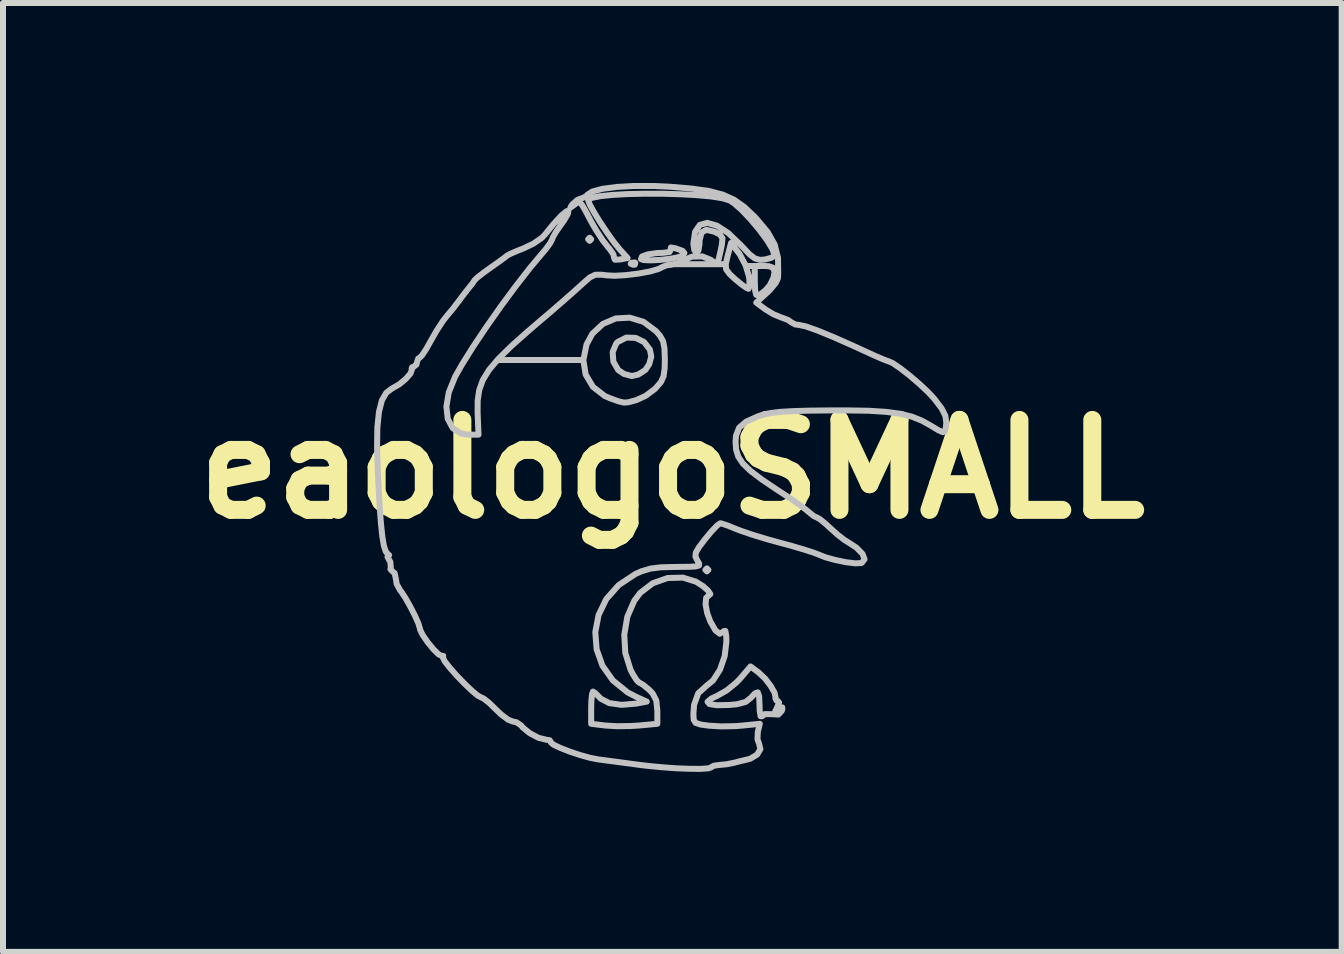
<source format=kicad_pcb>
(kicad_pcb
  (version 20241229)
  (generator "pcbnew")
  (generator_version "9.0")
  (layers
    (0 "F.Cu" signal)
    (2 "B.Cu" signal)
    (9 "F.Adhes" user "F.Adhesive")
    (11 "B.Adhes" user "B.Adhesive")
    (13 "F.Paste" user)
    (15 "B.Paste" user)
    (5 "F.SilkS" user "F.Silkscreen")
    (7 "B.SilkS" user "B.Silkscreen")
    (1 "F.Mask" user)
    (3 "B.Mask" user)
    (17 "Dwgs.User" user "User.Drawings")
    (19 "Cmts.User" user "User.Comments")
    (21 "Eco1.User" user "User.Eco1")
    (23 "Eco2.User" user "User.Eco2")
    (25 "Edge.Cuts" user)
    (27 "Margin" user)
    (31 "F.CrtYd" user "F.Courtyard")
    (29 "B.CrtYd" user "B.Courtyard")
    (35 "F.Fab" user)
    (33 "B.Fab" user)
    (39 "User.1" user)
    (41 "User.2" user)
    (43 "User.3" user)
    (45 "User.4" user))
  (footprint "eaologoSMALL"
    (layer "F.Cu")
    (at 8.157 4.771)
    (property "Reference" "eaologoSMALL" (at 0 0 0) (layer "F.SilkS") (effects (font (size 1.5 1.5) (thickness 0.3))))
    (attr board_only exclude_from_pos_files exclude_from_bom)
    (fp_poly (pts (xy -1.353 -3.833) (xy -1.378 -3.807) (xy -1.403 -3.833) (xy -1.378 -3.858)) (stroke (width 0.1) (type solid)) (fill no) (layer "Dwgs.User"))
    (fp_poly (pts (xy 0.601 1.678) (xy 0.576 1.703) (xy 0.551 1.678) (xy 0.576 1.653)) (stroke (width 0.1) (type solid)) (fill no) (layer "Dwgs.User"))
    (fp_poly (pts (xy -0.618 -3.44) (xy -0.625 -3.41) (xy -0.651 -3.407) (xy -0.693 -3.425) (xy -0.685 -3.44) (xy -0.625 -3.446)) (stroke (width 0.1) (type solid)) (fill no) (layer "Dwgs.User"))
    (fp_poly (pts (xy -0.611 -2.189) (xy -0.47 -2.119) (xy -0.375 -1.996) (xy -0.351 -1.879) (xy -0.386 -1.749) (xy -0.451 -1.653) (xy -0.57 -1.577) (xy -0.676 -1.553) (xy -0.806 -1.588) (xy -0.902 -1.653) (xy -0.983 -1.793) (xy -0.995 -1.953) (xy -0.936 -2.094) (xy -0.91 -2.121) (xy -0.767 -2.194)) (stroke (width 0.1) (type solid)) (fill no) (layer "Dwgs.User"))
    (fp_poly (pts (xy 0.056 -3.681) (xy 0.17 -3.64) (xy 0.201 -3.603) (xy 0.172 -3.563) (xy 0.097 -3.533) (xy -0.038 -3.507) (xy -0.2 -3.489) (xy -0.357 -3.481) (xy -0.476 -3.486) (xy -0.523 -3.502) (xy -0.505 -3.546) (xy -0.408 -3.581) (xy -0.255 -3.603) (xy -0.16 -3.606) (xy -0.047 -3.62) (xy -0.027 -3.66) (xy -0.028 -3.663) (xy -0.024 -3.696)) (stroke (width 0.1) (type solid)) (fill no) (layer "Dwgs.User"))
    (fp_poly (pts (xy 1.439 3.389) (xy 1.545 3.489) (xy 1.641 3.614) (xy 1.706 3.731) (xy 1.722 3.813) (xy 1.719 3.82) (xy 1.735 3.855) (xy 1.752 3.858) (xy 1.779 3.888) (xy 1.747 3.97) (xy 1.71 4.047) (xy 1.729 4.047) (xy 1.771 4.013) (xy 1.832 3.97) (xy 1.834 4) (xy 1.823 4.03) (xy 1.767 4.09) (xy 1.664 4.084) (xy 1.543 4.082) (xy 1.496 4.118) (xy 1.471 4.117) (xy 1.456 4.027) (xy 1.454 3.945) (xy 1.447 3.787) (xy 1.425 3.72) (xy 1.376 3.737) (xy 1.31 3.81) (xy 1.223 3.879) (xy 1.082 3.917) (xy 0.946 3.93) (xy 0.739 3.934) (xy 0.619 3.915) (xy 0.587 3.877) (xy 0.65 3.823) (xy 0.743 3.78) (xy 0.904 3.689) (xy 1.067 3.556) (xy 1.129 3.492) (xy 1.303 3.288)) (stroke (width 0.1) (type solid)) (fill no) (layer "Dwgs.User"))
    (fp_poly (pts (xy -0.312 -4.721) (xy -0.05 -4.709) (xy 0.321 -4.678) (xy 0.611 -4.637) (xy 0.841 -4.577) (xy 1.03 -4.491) (xy 1.199 -4.372) (xy 1.366 -4.214) (xy 1.398 -4.18) (xy 1.589 -3.953) (xy 1.706 -3.745) (xy 1.761 -3.523) (xy 1.765 -3.256) (xy 1.76 -3.179) (xy 1.721 -3.101) (xy 1.631 -2.992) (xy 1.576 -2.939) (xy 1.399 -2.777) (xy 1.546 -2.668) (xy 1.685 -2.583) (xy 1.819 -2.528) (xy 1.824 -2.527) (xy 1.931 -2.487) (xy 1.982 -2.449) (xy 2.05 -2.412) (xy 2.109 -2.405) (xy 2.224 -2.381) (xy 2.422 -2.311) (xy 2.699 -2.197) (xy 3.05 -2.041) (xy 3.195 -1.974) (xy 3.37 -1.894) (xy 3.509 -1.834) (xy 3.588 -1.804) (xy 3.596 -1.802) (xy 3.674 -1.768) (xy 3.802 -1.681) (xy 3.957 -1.56) (xy 4.119 -1.421) (xy 4.266 -1.283) (xy 4.365 -1.176) (xy 4.488 -1.014) (xy 4.551 -0.89) (xy 4.567 -0.772) (xy 4.56 -0.701) (xy 4.544 -0.634) (xy 4.508 -0.617) (xy 4.428 -0.653) (xy 4.319 -0.72) (xy 4.162 -0.808) (xy 3.996 -0.875) (xy 3.805 -0.923) (xy 3.572 -0.955) (xy 3.282 -0.974) (xy 2.92 -0.98) (xy 2.63 -0.98) (xy 2.276 -0.976) (xy 2.005 -0.968) (xy 1.801 -0.956) (xy 1.646 -0.937) (xy 1.523 -0.911) (xy 1.429 -0.882) (xy 1.231 -0.793) (xy 1.114 -0.693) (xy 1.062 -0.562) (xy 1.054 -0.459) (xy 1.063 -0.325) (xy 1.1 -0.207) (xy 1.177 -0.093) (xy 1.305 0.03) (xy 1.495 0.174) (xy 1.757 0.35) (xy 1.857 0.415) (xy 2.028 0.528) (xy 2.174 0.633) (xy 2.267 0.707) (xy 2.274 0.714) (xy 2.357 0.781) (xy 2.404 0.802) (xy 2.462 0.834) (xy 2.561 0.916) (xy 2.624 0.974) (xy 2.752 1.089) (xy 2.869 1.18) (xy 2.908 1.203) (xy 3.069 1.308) (xy 3.171 1.412) (xy 3.204 1.501) (xy 3.158 1.56) (xy 3.145 1.565) (xy 3.049 1.569) (xy 2.893 1.55) (xy 2.715 1.513) (xy 2.551 1.468) (xy 2.457 1.43) (xy 2.356 1.391) (xy 2.184 1.336) (xy 1.97 1.273) (xy 1.813 1.231) (xy 1.57 1.164) (xy 1.337 1.093) (xy 1.148 1.029) (xy 1.07 0.999) (xy 0.929 0.942) (xy 0.826 0.907) (xy 0.799 0.902) (xy 0.747 0.938) (xy 0.655 1.034) (xy 0.551 1.159) (xy 0.443 1.301) (xy 0.391 1.392) (xy 0.385 1.457) (xy 0.417 1.522) (xy 0.417 1.522) (xy 0.447 1.573) (xy 0.444 1.605) (xy 0.39 1.621) (xy 0.27 1.627) (xy 0.067 1.629) (xy 0.056 1.629) (xy -0.187 1.635) (xy -0.366 1.657) (xy -0.515 1.702) (xy -0.614 1.746) (xy -0.895 1.932) (xy -1.101 2.165) (xy -1.23 2.432) (xy -1.284 2.716) (xy -1.262 3.002) (xy -1.165 3.275) (xy -0.992 3.52) (xy -0.744 3.721) (xy -0.601 3.795) (xy -0.426 3.874) (xy -0.601 3.907) (xy -0.845 3.928) (xy -1.051 3.899) (xy -1.193 3.825) (xy -1.21 3.807) (xy -1.283 3.732) (xy -1.323 3.707) (xy -1.339 3.753) (xy -1.35 3.869) (xy -1.353 3.976) (xy -1.353 4.244) (xy -1.114 4.273) (xy -0.926 4.284) (xy -0.7 4.281) (xy -0.563 4.273) (xy -0.25 4.244) (xy -0.25 4.024) (xy -0.267 3.856) (xy -0.328 3.738) (xy -0.383 3.68) (xy -0.481 3.598) (xy -0.548 3.558) (xy -0.554 3.557) (xy -0.596 3.516) (xy -0.661 3.411) (xy -0.697 3.341) (xy -0.784 3.062) (xy -0.801 2.758) (xy -0.75 2.459) (xy -0.635 2.194) (xy -0.536 2.062) (xy -0.326 1.901) (xy -0.079 1.814) (xy 0.176 1.807) (xy 0.394 1.875) (xy 0.51 1.948) (xy 0.595 2.023) (xy 0.633 2.082) (xy 0.607 2.104) (xy 0.563 2.146) (xy 0.554 2.253) (xy 0.581 2.397) (xy 0.632 2.536) (xy 0.719 2.687) (xy 0.79 2.743) (xy 0.851 2.707) (xy 0.857 2.699) (xy 0.884 2.696) (xy 0.899 2.788) (xy 0.901 2.877) (xy 0.872 3.117) (xy 0.794 3.342) (xy 0.679 3.521) (xy 0.57 3.61) (xy 0.432 3.735) (xy 0.362 3.929) (xy 0.351 4.079) (xy 0.356 4.177) (xy 0.389 4.229) (xy 0.475 4.257) (xy 0.608 4.275) (xy 0.813 4.287) (xy 1.046 4.283) (xy 1.162 4.274) (xy 1.458 4.244) (xy 1.425 4.377) (xy 1.419 4.501) (xy 1.446 4.576) (xy 1.468 4.666) (xy 1.413 4.758) (xy 1.3 4.825) (xy 1.265 4.835) (xy 1.119 4.87) (xy 1.04 4.891) (xy 0.899 4.919) (xy 0.789 4.929) (xy 0.689 4.943) (xy 0.651 4.967) (xy 0.605 4.986) (xy 0.477 4.995) (xy 0.289 4.994) (xy 0.058 4.985) (xy -0.197 4.966) (xy -0.456 4.94) (xy -0.576 4.925) (xy -0.808 4.894) (xy -1.018 4.866) (xy -1.177 4.845) (xy -1.232 4.838) (xy -1.371 4.811) (xy -1.54 4.764) (xy -1.714 4.706) (xy -1.869 4.645) (xy -1.981 4.592) (xy -2.025 4.554) (xy -2.024 4.55) (xy -2.044 4.518) (xy -2.103 4.509) (xy -2.232 4.477) (xy -2.38 4.398) (xy -2.497 4.302) (xy -2.52 4.272) (xy -2.6 4.217) (xy -2.653 4.208) (xy -2.739 4.174) (xy -2.857 4.085) (xy -2.937 4.008) (xy -3.051 3.897) (xy -3.144 3.824) (xy -3.181 3.807) (xy -3.242 3.775) (xy -3.345 3.689) (xy -3.47 3.569) (xy -3.599 3.435) (xy -3.713 3.306) (xy -3.794 3.202) (xy -3.824 3.142) (xy -3.821 3.137) (xy -3.819 3.111) (xy -3.84 3.114) (xy -3.897 3.086) (xy -3.983 3) (xy -4.078 2.884) (xy -4.16 2.766) (xy -4.205 2.674) (xy -4.208 2.654) (xy -4.232 2.574) (xy -4.291 2.44) (xy -4.371 2.285) (xy -4.453 2.14) (xy -4.522 2.036) (xy -4.539 2.016) (xy -4.595 1.913) (xy -4.609 1.825) (xy -4.629 1.733) (xy -4.665 1.703) (xy -4.699 1.667) (xy -4.693 1.634) (xy -4.701 1.542) (xy -4.723 1.509) (xy -4.748 1.461) (xy -4.732 1.452) (xy -4.721 1.432) (xy -4.744 1.413) (xy -4.778 1.369) (xy -4.808 1.276) (xy -4.834 1.124) (xy -4.857 0.905) (xy -4.879 0.609) (xy -4.9 0.225) (xy -4.908 0.075) (xy -4.922 -0.355) (xy -4.917 -0.696) (xy -4.89 -0.956) (xy -4.842 -1.146) (xy -4.769 -1.273) (xy -4.67 -1.348) (xy -4.659 -1.353) (xy -4.547 -1.418) (xy -4.44 -1.508) (xy -4.363 -1.598) (xy -4.34 -1.664) (xy -4.346 -1.674) (xy -4.337 -1.701) (xy -4.317 -1.703) (xy -4.265 -1.744) (xy -4.258 -1.779) (xy -4.236 -1.845) (xy -4.217 -1.854) (xy -4.174 -1.895) (xy -4.103 -2.002) (xy -4.029 -2.134) (xy -3.928 -2.311) (xy -3.822 -2.473) (xy -3.757 -2.556) (xy -3.651 -2.683) (xy -3.562 -2.8) (xy -3.557 -2.806) (xy -3.461 -2.935) (xy -3.397 -3.015) (xy -3.327 -3.103) (xy -3.297 -3.15) (xy -3.25 -3.195) (xy -3.145 -3.277) (xy -3.031 -3.359) (xy -2.894 -3.455) (xy -2.793 -3.529) (xy -2.755 -3.56) (xy -2.698 -3.591) (xy -2.577 -3.643) (xy -2.48 -3.681) (xy -2.315 -3.76) (xy -2.176 -3.856) (xy -2.129 -3.904) (xy -1.974 -4.094) (xy -1.849 -4.229) (xy -1.764 -4.3) (xy -1.733 -4.305) (xy -1.743 -4.252) (xy -1.803 -4.149) (xy -1.853 -4.079) (xy -1.94 -3.955) (xy -1.994 -3.86) (xy -2.003 -3.833) (xy -2.036 -3.768) (xy -2.114 -3.662) (xy -2.161 -3.607) (xy -2.371 -3.357) (xy -2.608 -3.053) (xy -2.855 -2.719) (xy -3.097 -2.375) (xy -3.318 -2.045) (xy -3.503 -1.75) (xy -3.621 -1.542) (xy -3.726 -1.282) (xy -3.766 -1.044) (xy -3.744 -0.841) (xy -3.662 -0.686) (xy -3.524 -0.595) (xy -3.401 -0.576) (xy -3.231 -0.576) (xy -3.246 -0.942) (xy -3.245 -1.142) (xy -3.219 -1.319) (xy -3.159 -1.486) (xy -3.056 -1.654) (xy -2.916 -1.82) (xy -1.483 -1.82) (xy -1.445 -1.579) (xy -1.323 -1.373) (xy -1.126 -1.22) (xy -1.027 -1.178) (xy -0.891 -1.13) (xy -0.807 -1.11) (xy -0.733 -1.116) (xy -0.623 -1.145) (xy -0.598 -1.152) (xy -0.445 -1.223) (xy -0.296 -1.333) (xy -0.273 -1.356) (xy -0.19 -1.453) (xy -0.146 -1.55) (xy -0.128 -1.683) (xy -0.125 -1.829) (xy -0.131 -2.013) (xy -0.154 -2.133) (xy -0.207 -2.227) (xy -0.273 -2.302) (xy -0.481 -2.457) (xy -0.711 -2.526) (xy -0.943 -2.513) (xy -1.157 -2.422) (xy -1.333 -2.258) (xy -1.43 -2.08) (xy -1.483 -1.82) (xy -2.916 -1.82) (xy -2.902 -1.837) (xy -2.688 -2.048) (xy -2.406 -2.299) (xy -2.242 -2.44) (xy -2.024 -2.625) (xy -1.818 -2.804) (xy -1.643 -2.958) (xy -1.519 -3.07) (xy -1.495 -3.092) (xy -1.377 -3.196) (xy -1.285 -3.241) (xy -1.176 -3.242) (xy -1.104 -3.232) (xy -0.96 -3.224) (xy -0.768 -3.235) (xy -0.562 -3.261) (xy -0.372 -3.296) (xy -0.23 -3.337) (xy -0.178 -3.365) (xy -0.092 -3.4) (xy -0.025 -3.407) (xy 0.017 -3.417) (xy 0.89 -3.417) (xy 0.897 -3.331) (xy 0.956 -3.252) (xy 1.045 -3.169) (xy 1.16 -3.075) (xy 1.246 -3.016) (xy 1.269 -3.007) (xy 1.287 -3.05) (xy 1.284 -3.16) (xy 1.276 -3.218) (xy 1.224 -3.387) (xy 1.373 -3.387) (xy 1.375 -3.126) (xy 1.38 -2.976) (xy 1.398 -2.907) (xy 1.435 -2.899) (xy 1.463 -2.911) (xy 1.557 -2.987) (xy 1.626 -3.068) (xy 1.686 -3.191) (xy 1.703 -3.283) (xy 1.684 -3.356) (xy 1.607 -3.384) (xy 1.538 -3.387) (xy 1.373 -3.387) (xy 1.224 -3.387) (xy 1.219 -3.402) (xy 1.126 -3.578) (xy 1.109 -3.601) (xy 0.979 -3.772) (xy 0.921 -3.552) (xy 0.89 -3.417) (xy 0.017 -3.417) (xy 0.1 -3.437) (xy 0.178 -3.48) (xy 0.328 -3.543) (xy 0.498 -3.547) (xy 0.641 -3.49) (xy 0.655 -3.478) (xy 0.708 -3.437) (xy 0.744 -3.439) (xy 0.773 -3.502) (xy 0.805 -3.64) (xy 0.825 -3.738) (xy 0.836 -3.849) (xy 0.792 -3.913) (xy 0.699 -3.959) (xy 0.567 -3.99) (xy 0.488 -3.946) (xy 0.454 -3.817) (xy 0.452 -3.745) (xy 0.435 -3.645) (xy 0.401 -3.607) (xy 0.366 -3.651) (xy 0.351 -3.756) (xy 0.351 -3.761) (xy 0.379 -3.957) (xy 0.458 -4.072) (xy 0.582 -4.106) (xy 0.743 -4.06) (xy 0.934 -3.935) (xy 1.147 -3.73) (xy 1.16 -3.716) (xy 1.286 -3.583) (xy 1.378 -3.512) (xy 1.461 -3.489) (xy 1.542 -3.495) (xy 1.652 -3.524) (xy 1.703 -3.563) (xy 1.703 -3.566) (xy 1.67 -3.666) (xy 1.581 -3.813) (xy 1.454 -3.985) (xy 1.307 -4.161) (xy 1.158 -4.318) (xy 1.024 -4.436) (xy 0.957 -4.479) (xy 0.838 -4.516) (xy 0.649 -4.546) (xy 0.408 -4.568) (xy 0.131 -4.583) (xy -0.164 -4.592) (xy -0.462 -4.592) (xy -0.745 -4.586) (xy -0.998 -4.572) (xy -1.202 -4.551) (xy -1.343 -4.523) (xy -1.402 -4.488) (xy -1.403 -4.482) (xy -1.375 -4.409) (xy -1.303 -4.279) (xy -1.202 -4.115) (xy -1.086 -3.942) (xy -0.972 -3.782) (xy -0.873 -3.66) (xy -0.865 -3.651) (xy -0.745 -3.52) (xy -0.872 -3.496) (xy -0.956 -3.492) (xy -0.97 -3.518) (xy -0.982 -3.581) (xy -1.049 -3.677) (xy -1.069 -3.699) (xy -1.16 -3.815) (xy -1.269 -3.982) (xy -1.356 -4.133) (xy -1.448 -4.308) (xy -1.507 -4.408) (xy -1.547 -4.45) (xy -1.583 -4.446) (xy -1.629 -4.411) (xy -1.64 -4.403) (xy -1.7 -4.359) (xy -1.688 -4.384) (xy -1.66 -4.421) (xy -1.577 -4.492) (xy -1.524 -4.509) (xy -1.44 -4.547) (xy -1.418 -4.573) (xy -1.332 -4.629) (xy -1.163 -4.674) (xy -0.926 -4.705) (xy -0.637 -4.721)) (stroke (width 0.1) (type solid)) (fill no) (layer "Dwgs.User")))
  (gr_rect
    (start -3 -3)
    (end 19.314 12.816)
    (stroke (width 0.1) (type default))
    (fill no)
    (layer "Edge.Cuts")))
</source>
